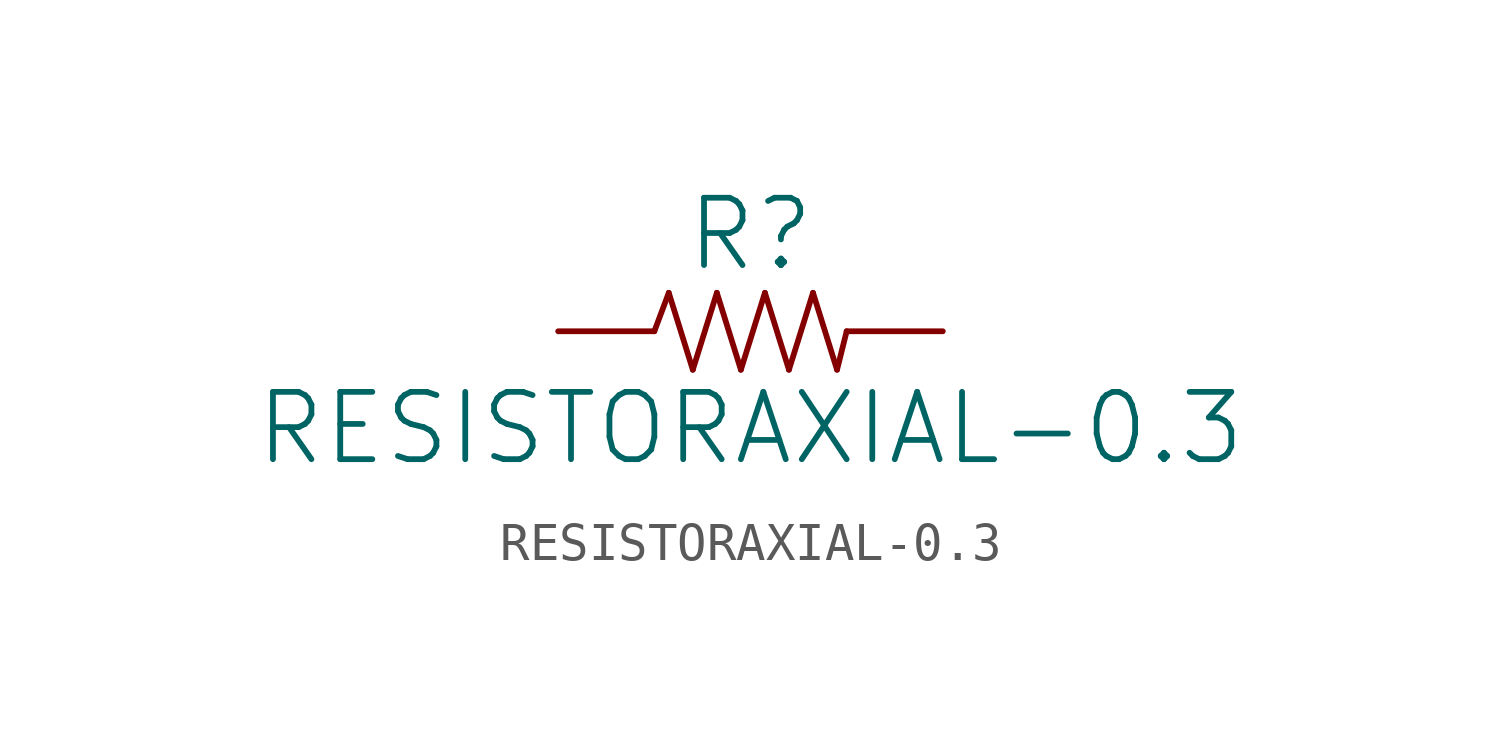
<source format=kicad_sym>
(kicad_symbol_lib
  (version 20211014)
  (generator kicad_symbol_editor)
  (symbol "RESISTORAXIAL-0.3"
    (property "Reference" "R"
      (at 0 1.524 0)
      (effects (font (size 1.778 1.778)) (justify bottom)))
    (property "Value" "RESISTORAXIAL-0.3"
      (at 0 -1.524 0)
      (effects (font (size 1.778 1.778)) (justify top)))
    (property "ki_locked" ""
      (at 0 0 0)
      (effects (font (size 1.27 1.27))))
    (symbol "RESISTORAXIAL-0.3_1_0"
      (polyline (pts (xy -2.54 0) (xy -2.159 1.016)) (stroke (width 0.152) (type default) (color 0 0 0 0)) (fill (type none)))
      (polyline (pts (xy -2.159 1.016) (xy -1.524 -1.016)) (stroke (width 0.152) (type default) (color 0 0 0 0)) (fill (type none)))
      (polyline (pts (xy -1.524 -1.016) (xy -0.889 1.016)) (stroke (width 0.152) (type default) (color 0 0 0 0)) (fill (type none)))
      (polyline (pts (xy -0.889 1.016) (xy -0.254 -1.016)) (stroke (width 0.152) (type default) (color 0 0 0 0)) (fill (type none)))
      (polyline (pts (xy -0.254 -1.016) (xy 0.381 1.016)) (stroke (width 0.152) (type default) (color 0 0 0 0)) (fill (type none)))
      (polyline (pts (xy 0.381 1.016) (xy 1.016 -1.016)) (stroke (width 0.152) (type default) (color 0 0 0 0)) (fill (type none)))
      (polyline (pts (xy 1.016 -1.016) (xy 1.651 1.016)) (stroke (width 0.152) (type default) (color 0 0 0 0)) (fill (type none)))
      (polyline (pts (xy 1.651 1.016) (xy 2.286 -1.016)) (stroke (width 0.152) (type default) (color 0 0 0 0)) (fill (type none)))
      (polyline (pts (xy 2.286 -1.016) (xy 2.54 0)) (stroke (width 0.152) (type default) (color 0 0 0 0)) (fill (type none)))
      (pin passive line (at -5.08 0 0) (length 2.54) (name "1" (effects (font (size 0 0)))) (number "P$1" (effects (font (size 0 0)))))
      (pin passive line (at 5.08 0 180) (length 2.54) (name "2" (effects (font (size 0 0)))) (number "P$2" (effects (font (size 0 0))))))))
</source>
